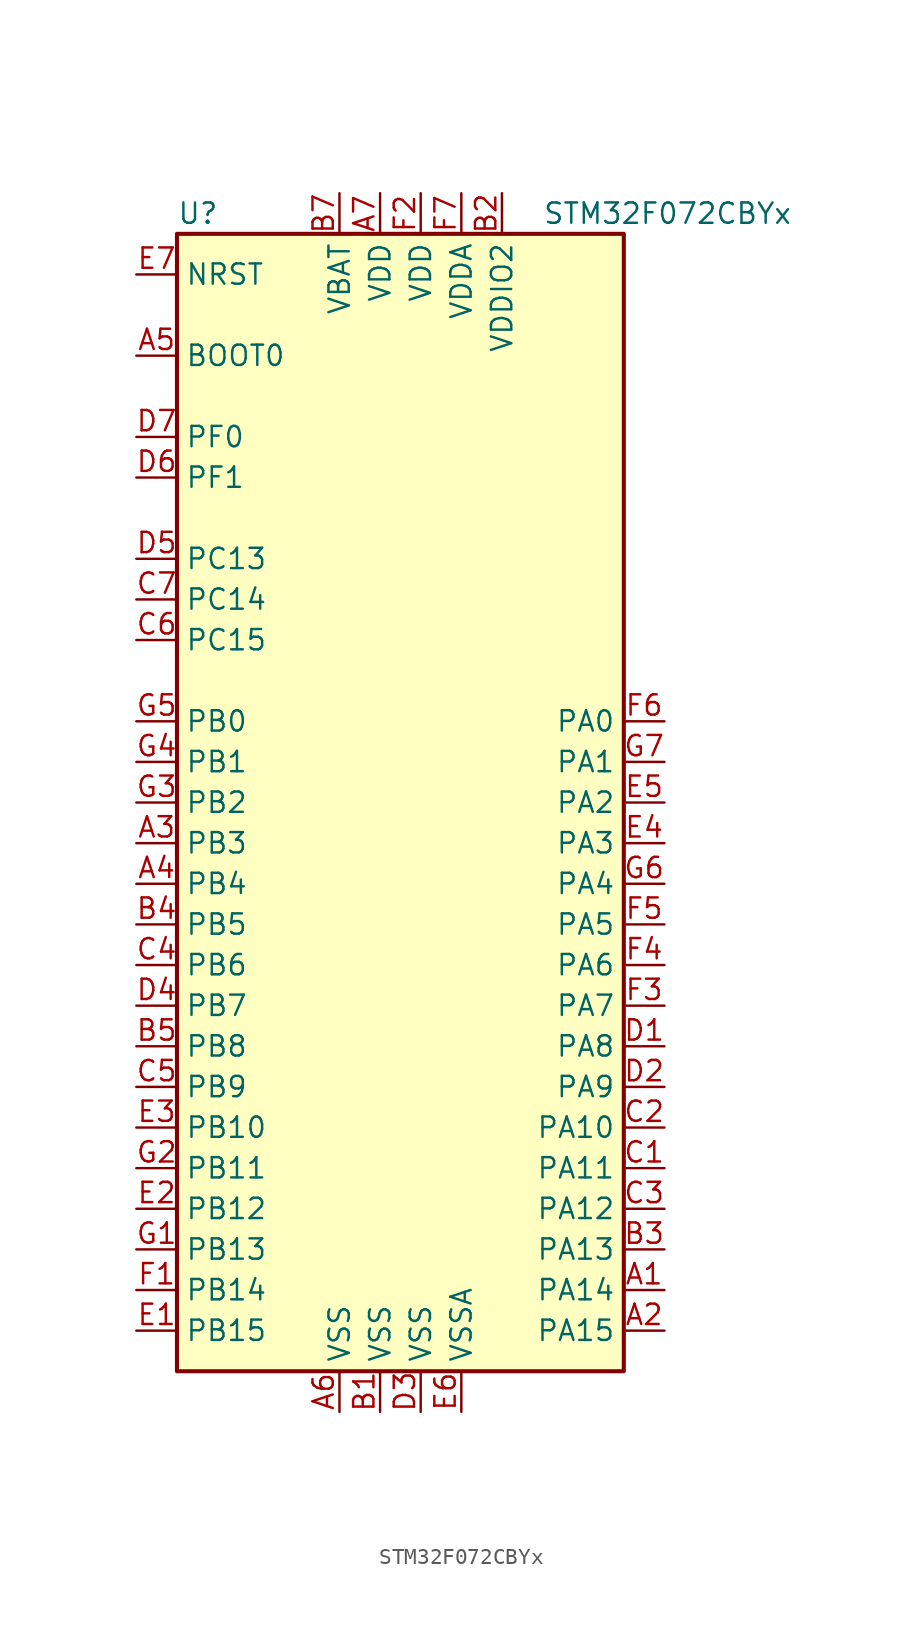
<source format=kicad_sym>
(kicad_symbol_lib
  (version 20200908)
  (generator kicad_symbol_editor)
  (symbol "MCU_ST_STM32F0:STM32F072CBYx"
    (property "Reference" "U"
      (at -15.24 36.83 0)
      (effects (font (size 1.27 1.27)) (justify left)))
    (property "Value" "STM32F072CBYx"
      (at 7.62 36.83 0)
      (effects (font (size 1.27 1.27)) (justify left)))
    (symbol "STM32F072CBYx_0_1"
      (rectangle (start -15.24 -35.56) (end 12.7 35.56) (stroke (width 0.254)) (fill (type background))))
    (symbol "STM32F072CBYx_1_1"
      (pin bidirectional line (at 15.24 -30.48 180) (length 2.54) (name "PA14" (effects (font (size 1.27 1.27)))) (number "A1" (effects (font (size 1.27 1.27)))))
      (pin bidirectional line (at 15.24 -33.02 180) (length 2.54) (name "PA15" (effects (font (size 1.27 1.27)))) (number "A2" (effects (font (size 1.27 1.27)))))
      (pin bidirectional line (at -17.78 -2.54 0) (length 2.54) (name "PB3" (effects (font (size 1.27 1.27)))) (number "A3" (effects (font (size 1.27 1.27)))))
      (pin bidirectional line (at -17.78 -5.08 0) (length 2.54) (name "PB4" (effects (font (size 1.27 1.27)))) (number "A4" (effects (font (size 1.27 1.27)))))
      (pin input line (at -17.78 27.94 0) (length 2.54) (name "BOOT0" (effects (font (size 1.27 1.27)))) (number "A5" (effects (font (size 1.27 1.27)))))
      (pin power_in line (at -5.08 -38.1 90) (length 2.54) (name "VSS" (effects (font (size 1.27 1.27)))) (number "A6" (effects (font (size 1.27 1.27)))))
      (pin power_in line (at -2.54 38.1 270) (length 2.54) (name "VDD" (effects (font (size 1.27 1.27)))) (number "A7" (effects (font (size 1.27 1.27)))))
      (pin power_in line (at -2.54 -38.1 90) (length 2.54) (name "VSS" (effects (font (size 1.27 1.27)))) (number "B1" (effects (font (size 1.27 1.27)))))
      (pin power_in line (at 5.08 38.1 270) (length 2.54) (name "VDDIO2" (effects (font (size 1.27 1.27)))) (number "B2" (effects (font (size 1.27 1.27)))))
      (pin bidirectional line (at 15.24 -27.94 180) (length 2.54) (name "PA13" (effects (font (size 1.27 1.27)))) (number "B3" (effects (font (size 1.27 1.27)))))
      (pin bidirectional line (at -17.78 -7.62 0) (length 2.54) (name "PB5" (effects (font (size 1.27 1.27)))) (number "B4" (effects (font (size 1.27 1.27)))))
      (pin bidirectional line (at -17.78 -15.24 0) (length 2.54) (name "PB8" (effects (font (size 1.27 1.27)))) (number "B5" (effects (font (size 1.27 1.27)))))
      (pin unconnected line (at -15.24 -33.02 0) (length 2.54) hide (name "NC" (effects (font (size 1.27 1.27)))) (number "B6" (effects (font (size 1.27 1.27)))))
      (pin power_in line (at -5.08 38.1 270) (length 2.54) (name "VBAT" (effects (font (size 1.27 1.27)))) (number "B7" (effects (font (size 1.27 1.27)))))
      (pin bidirectional line (at 15.24 -22.86 180) (length 2.54) (name "PA11" (effects (font (size 1.27 1.27)))) (number "C1" (effects (font (size 1.27 1.27)))))
      (pin bidirectional line (at 15.24 -20.32 180) (length 2.54) (name "PA10" (effects (font (size 1.27 1.27)))) (number "C2" (effects (font (size 1.27 1.27)))))
      (pin bidirectional line (at 15.24 -25.4 180) (length 2.54) (name "PA12" (effects (font (size 1.27 1.27)))) (number "C3" (effects (font (size 1.27 1.27)))))
      (pin bidirectional line (at -17.78 -10.16 0) (length 2.54) (name "PB6" (effects (font (size 1.27 1.27)))) (number "C4" (effects (font (size 1.27 1.27)))))
      (pin bidirectional line (at -17.78 -17.78 0) (length 2.54) (name "PB9" (effects (font (size 1.27 1.27)))) (number "C5" (effects (font (size 1.27 1.27)))))
      (pin bidirectional line (at -17.78 10.16 0) (length 2.54) (name "PC15" (effects (font (size 1.27 1.27)))) (number "C6" (effects (font (size 1.27 1.27)))))
      (pin bidirectional line (at -17.78 12.7 0) (length 2.54) (name "PC14" (effects (font (size 1.27 1.27)))) (number "C7" (effects (font (size 1.27 1.27)))))
      (pin bidirectional line (at 15.24 -15.24 180) (length 2.54) (name "PA8" (effects (font (size 1.27 1.27)))) (number "D1" (effects (font (size 1.27 1.27)))))
      (pin bidirectional line (at 15.24 -17.78 180) (length 2.54) (name "PA9" (effects (font (size 1.27 1.27)))) (number "D2" (effects (font (size 1.27 1.27)))))
      (pin power_in line (at 0 -38.1 90) (length 2.54) (name "VSS" (effects (font (size 1.27 1.27)))) (number "D3" (effects (font (size 1.27 1.27)))))
      (pin bidirectional line (at -17.78 -12.7 0) (length 2.54) (name "PB7" (effects (font (size 1.27 1.27)))) (number "D4" (effects (font (size 1.27 1.27)))))
      (pin bidirectional line (at -17.78 15.24 0) (length 2.54) (name "PC13" (effects (font (size 1.27 1.27)))) (number "D5" (effects (font (size 1.27 1.27)))))
      (pin input line (at -17.78 20.32 0) (length 2.54) (name "PF1" (effects (font (size 1.27 1.27)))) (number "D6" (effects (font (size 1.27 1.27)))))
      (pin input line (at -17.78 22.86 0) (length 2.54) (name "PF0" (effects (font (size 1.27 1.27)))) (number "D7" (effects (font (size 1.27 1.27)))))
      (pin bidirectional line (at -17.78 -33.02 0) (length 2.54) (name "PB15" (effects (font (size 1.27 1.27)))) (number "E1" (effects (font (size 1.27 1.27)))))
      (pin bidirectional line (at -17.78 -25.4 0) (length 2.54) (name "PB12" (effects (font (size 1.27 1.27)))) (number "E2" (effects (font (size 1.27 1.27)))))
      (pin bidirectional line (at -17.78 -20.32 0) (length 2.54) (name "PB10" (effects (font (size 1.27 1.27)))) (number "E3" (effects (font (size 1.27 1.27)))))
      (pin bidirectional line (at 15.24 -2.54 180) (length 2.54) (name "PA3" (effects (font (size 1.27 1.27)))) (number "E4" (effects (font (size 1.27 1.27)))))
      (pin bidirectional line (at 15.24 0 180) (length 2.54) (name "PA2" (effects (font (size 1.27 1.27)))) (number "E5" (effects (font (size 1.27 1.27)))))
      (pin power_in line (at 2.54 -38.1 90) (length 2.54) (name "VSSA" (effects (font (size 1.27 1.27)))) (number "E6" (effects (font (size 1.27 1.27)))))
      (pin input line (at -17.78 33.02 0) (length 2.54) (name "NRST" (effects (font (size 1.27 1.27)))) (number "E7" (effects (font (size 1.27 1.27)))))
      (pin bidirectional line (at -17.78 -30.48 0) (length 2.54) (name "PB14" (effects (font (size 1.27 1.27)))) (number "F1" (effects (font (size 1.27 1.27)))))
      (pin power_in line (at 0 38.1 270) (length 2.54) (name "VDD" (effects (font (size 1.27 1.27)))) (number "F2" (effects (font (size 1.27 1.27)))))
      (pin bidirectional line (at 15.24 -12.7 180) (length 2.54) (name "PA7" (effects (font (size 1.27 1.27)))) (number "F3" (effects (font (size 1.27 1.27)))))
      (pin bidirectional line (at 15.24 -10.16 180) (length 2.54) (name "PA6" (effects (font (size 1.27 1.27)))) (number "F4" (effects (font (size 1.27 1.27)))))
      (pin bidirectional line (at 15.24 -7.62 180) (length 2.54) (name "PA5" (effects (font (size 1.27 1.27)))) (number "F5" (effects (font (size 1.27 1.27)))))
      (pin bidirectional line (at 15.24 5.08 180) (length 2.54) (name "PA0" (effects (font (size 1.27 1.27)))) (number "F6" (effects (font (size 1.27 1.27)))))
      (pin power_in line (at 2.54 38.1 270) (length 2.54) (name "VDDA" (effects (font (size 1.27 1.27)))) (number "F7" (effects (font (size 1.27 1.27)))))
      (pin bidirectional line (at -17.78 -27.94 0) (length 2.54) (name "PB13" (effects (font (size 1.27 1.27)))) (number "G1" (effects (font (size 1.27 1.27)))))
      (pin bidirectional line (at -17.78 -22.86 0) (length 2.54) (name "PB11" (effects (font (size 1.27 1.27)))) (number "G2" (effects (font (size 1.27 1.27)))))
      (pin bidirectional line (at -17.78 0 0) (length 2.54) (name "PB2" (effects (font (size 1.27 1.27)))) (number "G3" (effects (font (size 1.27 1.27)))))
      (pin bidirectional line (at -17.78 2.54 0) (length 2.54) (name "PB1" (effects (font (size 1.27 1.27)))) (number "G4" (effects (font (size 1.27 1.27)))))
      (pin bidirectional line (at -17.78 5.08 0) (length 2.54) (name "PB0" (effects (font (size 1.27 1.27)))) (number "G5" (effects (font (size 1.27 1.27)))))
      (pin bidirectional line (at 15.24 -5.08 180) (length 2.54) (name "PA4" (effects (font (size 1.27 1.27)))) (number "G6" (effects (font (size 1.27 1.27)))))
      (pin bidirectional line (at 15.24 2.54 180) (length 2.54) (name "PA1" (effects (font (size 1.27 1.27)))) (number "G7" (effects (font (size 1.27 1.27))))))))
</source>
